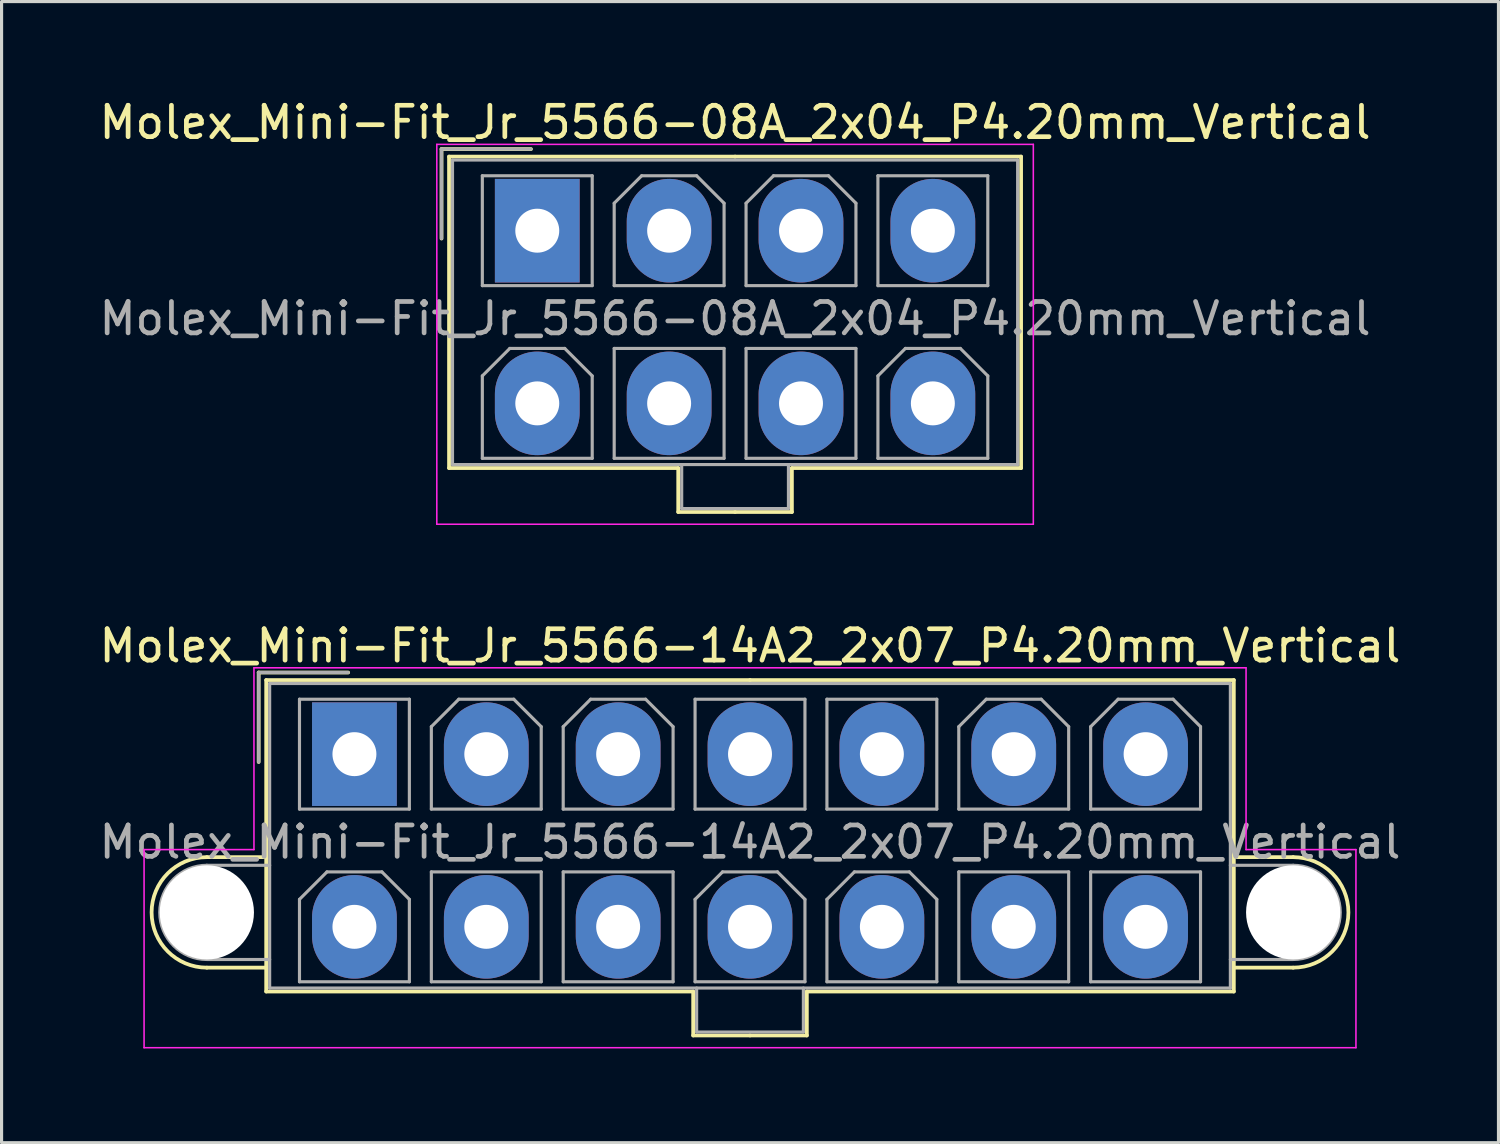
<source format=kicad_pcb>
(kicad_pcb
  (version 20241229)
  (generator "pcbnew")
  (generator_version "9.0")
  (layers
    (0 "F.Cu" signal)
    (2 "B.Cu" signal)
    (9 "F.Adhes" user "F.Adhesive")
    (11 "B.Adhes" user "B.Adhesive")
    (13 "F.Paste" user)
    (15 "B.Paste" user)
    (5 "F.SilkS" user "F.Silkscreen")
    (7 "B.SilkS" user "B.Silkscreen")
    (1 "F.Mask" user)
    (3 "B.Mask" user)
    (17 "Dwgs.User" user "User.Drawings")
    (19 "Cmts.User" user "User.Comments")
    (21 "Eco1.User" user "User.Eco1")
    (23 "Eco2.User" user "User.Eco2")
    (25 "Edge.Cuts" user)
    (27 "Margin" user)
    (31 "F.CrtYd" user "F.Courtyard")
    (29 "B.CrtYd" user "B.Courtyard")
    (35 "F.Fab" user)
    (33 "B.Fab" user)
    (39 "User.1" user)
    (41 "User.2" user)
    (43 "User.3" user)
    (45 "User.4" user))
  (footprint "Molex_Mini-Fit_Jr_5566-08A_2x04_P4.20mm_Vertical"
    (layer "F.Cu")
    (at 14.063 4.298)
    (property "Reference" "Molex_Mini-Fit_Jr_5566-08A_2x04_P4.20mm_Vertical" (at 6.3 -3.45 0) (layer "F.SilkS") (effects (font (size 1 1) (thickness 0.15))))
    (attr through_hole)
    (fp_line (start -3.05 -2.6) (end -3.05 0.25) (stroke (width 0.12) (type solid)) (layer "F.SilkS"))
    (fp_line (start -2.81 -2.36) (end -2.81 7.56) (stroke (width 0.12) (type solid)) (layer "F.SilkS"))
    (fp_line (start -2.81 7.56) (end 4.49 7.56) (stroke (width 0.12) (type solid)) (layer "F.SilkS"))
    (fp_line (start -0.2 -2.6) (end -3.05 -2.6) (stroke (width 0.12) (type solid)) (layer "F.SilkS"))
    (fp_line (start 4.49 7.56) (end 4.49 8.96) (stroke (width 0.12) (type solid)) (layer "F.SilkS"))
    (fp_line (start 4.49 8.96) (end 6.3 8.96) (stroke (width 0.12) (type solid)) (layer "F.SilkS"))
    (fp_line (start 6.3 -2.36) (end -2.81 -2.36) (stroke (width 0.12) (type solid)) (layer "F.SilkS"))
    (fp_line (start 6.3 -2.36) (end 15.41 -2.36) (stroke (width 0.12) (type solid)) (layer "F.SilkS"))
    (fp_line (start 8.11 7.56) (end 8.11 8.96) (stroke (width 0.12) (type solid)) (layer "F.SilkS"))
    (fp_line (start 8.11 8.96) (end 6.3 8.96) (stroke (width 0.12) (type solid)) (layer "F.SilkS"))
    (fp_line (start 15.41 -2.36) (end 15.41 7.56) (stroke (width 0.12) (type solid)) (layer "F.SilkS"))
    (fp_line (start 15.41 7.56) (end 8.11 7.56) (stroke (width 0.12) (type solid)) (layer "F.SilkS"))
    (fp_line (start -3.2 -2.75) (end -3.2 9.35) (stroke (width 0.05) (type solid)) (layer "F.CrtYd"))
    (fp_line (start -3.2 9.35) (end 15.8 9.35) (stroke (width 0.05) (type solid)) (layer "F.CrtYd"))
    (fp_line (start 15.8 -2.75) (end -3.2 -2.75) (stroke (width 0.05) (type solid)) (layer "F.CrtYd"))
    (fp_line (start 15.8 9.35) (end 15.8 -2.75) (stroke (width 0.05) (type solid)) (layer "F.CrtYd"))
    (fp_line (start -3.05 -2.6) (end -3.05 0.25) (stroke (width 0.1) (type solid)) (layer "F.Fab"))
    (fp_line (start -2.7 -2.25) (end -2.7 7.45) (stroke (width 0.1) (type solid)) (layer "F.Fab"))
    (fp_line (start -2.7 7.45) (end 15.3 7.45) (stroke (width 0.1) (type solid)) (layer "F.Fab"))
    (fp_line (start -1.75 -1.75) (end -1.75 1.75) (stroke (width 0.1) (type solid)) (layer "F.Fab"))
    (fp_line (start -1.75 1.75) (end 1.75 1.75) (stroke (width 0.1) (type solid)) (layer "F.Fab"))
    (fp_line (start -1.75 4.625) (end -0.875 3.75) (stroke (width 0.1) (type solid)) (layer "F.Fab"))
    (fp_line (start -1.75 7.25) (end -1.75 4.625) (stroke (width 0.1) (type solid)) (layer "F.Fab"))
    (fp_line (start -0.875 3.75) (end 0.875 3.75) (stroke (width 0.1) (type solid)) (layer "F.Fab"))
    (fp_line (start -0.2 -2.6) (end -3.05 -2.6) (stroke (width 0.1) (type solid)) (layer "F.Fab"))
    (fp_line (start 0.875 3.75) (end 1.75 4.625) (stroke (width 0.1) (type solid)) (layer "F.Fab"))
    (fp_line (start 1.75 -1.75) (end -1.75 -1.75) (stroke (width 0.1) (type solid)) (layer "F.Fab"))
    (fp_line (start 1.75 1.75) (end 1.75 -1.75) (stroke (width 0.1) (type solid)) (layer "F.Fab"))
    (fp_line (start 1.75 4.625) (end 1.75 7.25) (stroke (width 0.1) (type solid)) (layer "F.Fab"))
    (fp_line (start 1.75 7.25) (end -1.75 7.25) (stroke (width 0.1) (type solid)) (layer "F.Fab"))
    (fp_line (start 2.45 -0.875) (end 3.325 -1.75) (stroke (width 0.1) (type solid)) (layer "F.Fab"))
    (fp_line (start 2.45 1.75) (end 2.45 -0.875) (stroke (width 0.1) (type solid)) (layer "F.Fab"))
    (fp_line (start 2.45 3.75) (end 2.45 7.25) (stroke (width 0.1) (type solid)) (layer "F.Fab"))
    (fp_line (start 2.45 7.25) (end 5.95 7.25) (stroke (width 0.1) (type solid)) (layer "F.Fab"))
    (fp_line (start 3.325 -1.75) (end 5.075 -1.75) (stroke (width 0.1) (type solid)) (layer "F.Fab"))
    (fp_line (start 4.6 7.45) (end 4.6 8.85) (stroke (width 0.1) (type solid)) (layer "F.Fab"))
    (fp_line (start 4.6 8.85) (end 8 8.85) (stroke (width 0.1) (type solid)) (layer "F.Fab"))
    (fp_line (start 5.075 -1.75) (end 5.95 -0.875) (stroke (width 0.1) (type solid)) (layer "F.Fab"))
    (fp_line (start 5.95 -0.875) (end 5.95 1.75) (stroke (width 0.1) (type solid)) (layer "F.Fab"))
    (fp_line (start 5.95 1.75) (end 2.45 1.75) (stroke (width 0.1) (type solid)) (layer "F.Fab"))
    (fp_line (start 5.95 3.75) (end 2.45 3.75) (stroke (width 0.1) (type solid)) (layer "F.Fab"))
    (fp_line (start 5.95 7.25) (end 5.95 3.75) (stroke (width 0.1) (type solid)) (layer "F.Fab"))
    (fp_line (start 6.65 -0.875) (end 7.525 -1.75) (stroke (width 0.1) (type solid)) (layer "F.Fab"))
    (fp_line (start 6.65 1.75) (end 6.65 -0.875) (stroke (width 0.1) (type solid)) (layer "F.Fab"))
    (fp_line (start 6.65 3.75) (end 6.65 7.25) (stroke (width 0.1) (type solid)) (layer "F.Fab"))
    (fp_line (start 6.65 7.25) (end 10.15 7.25) (stroke (width 0.1) (type solid)) (layer "F.Fab"))
    (fp_line (start 7.525 -1.75) (end 9.275 -1.75) (stroke (width 0.1) (type solid)) (layer "F.Fab"))
    (fp_line (start 8 8.85) (end 8 7.45) (stroke (width 0.1) (type solid)) (layer "F.Fab"))
    (fp_line (start 9.275 -1.75) (end 10.15 -0.875) (stroke (width 0.1) (type solid)) (layer "F.Fab"))
    (fp_line (start 10.15 -0.875) (end 10.15 1.75) (stroke (width 0.1) (type solid)) (layer "F.Fab"))
    (fp_line (start 10.15 1.75) (end 6.65 1.75) (stroke (width 0.1) (type solid)) (layer "F.Fab"))
    (fp_line (start 10.15 3.75) (end 6.65 3.75) (stroke (width 0.1) (type solid)) (layer "F.Fab"))
    (fp_line (start 10.15 7.25) (end 10.15 3.75) (stroke (width 0.1) (type solid)) (layer "F.Fab"))
    (fp_line (start 10.85 -1.75) (end 10.85 1.75) (stroke (width 0.1) (type solid)) (layer "F.Fab"))
    (fp_line (start 10.85 1.75) (end 14.35 1.75) (stroke (width 0.1) (type solid)) (layer "F.Fab"))
    (fp_line (start 10.85 4.625) (end 11.725 3.75) (stroke (width 0.1) (type solid)) (layer "F.Fab"))
    (fp_line (start 10.85 7.25) (end 10.85 4.625) (stroke (width 0.1) (type solid)) (layer "F.Fab"))
    (fp_line (start 11.725 3.75) (end 13.475 3.75) (stroke (width 0.1) (type solid)) (layer "F.Fab"))
    (fp_line (start 13.475 3.75) (end 14.35 4.625) (stroke (width 0.1) (type solid)) (layer "F.Fab"))
    (fp_line (start 14.35 -1.75) (end 10.85 -1.75) (stroke (width 0.1) (type solid)) (layer "F.Fab"))
    (fp_line (start 14.35 1.75) (end 14.35 -1.75) (stroke (width 0.1) (type solid)) (layer "F.Fab"))
    (fp_line (start 14.35 4.625) (end 14.35 7.25) (stroke (width 0.1) (type solid)) (layer "F.Fab"))
    (fp_line (start 14.35 7.25) (end 10.85 7.25) (stroke (width 0.1) (type solid)) (layer "F.Fab"))
    (fp_line (start 15.3 -2.25) (end -2.7 -2.25) (stroke (width 0.1) (type solid)) (layer "F.Fab"))
    (fp_line (start 15.3 7.45) (end 15.3 -2.25) (stroke (width 0.1) (type solid)) (layer "F.Fab"))
    (fp_text user "${REFERENCE}" (at 6.3 2.8 0) (layer "F.Fab") (effects (font (size 1 1) (thickness 0.15))))
    (pad "1" thru_hole rect (at 0 0) (size 2.7 3.3) (drill 1.4) (layers "*.Cu" "*.Mask"))
    (pad "2" thru_hole oval (at 4.2 0) (size 2.7 3.3) (drill 1.4) (layers "*.Cu" "*.Mask"))
    (pad "3" thru_hole oval (at 8.4 0) (size 2.7 3.3) (drill 1.4) (layers "*.Cu" "*.Mask"))
    (pad "4" thru_hole oval (at 12.6 0) (size 2.7 3.3) (drill 1.4) (layers "*.Cu" "*.Mask"))
    (pad "5" thru_hole oval (at 0 5.5) (size 2.7 3.3) (drill 1.4) (layers "*.Cu" "*.Mask"))
    (pad "6" thru_hole oval (at 4.2 5.5) (size 2.7 3.3) (drill 1.4) (layers "*.Cu" "*.Mask"))
    (pad "7" thru_hole oval (at 8.4 5.5) (size 2.7 3.3) (drill 1.4) (layers "*.Cu" "*.Mask"))
    (pad "8" thru_hole oval (at 12.6 5.5) (size 2.7 3.3) (drill 1.4) (layers "*.Cu" "*.Mask")))
  (footprint "Molex_Mini-Fit_Jr_5566-14A2_2x07_P4.20mm_Vertical"
    (layer "F.Cu")
    (at 8.239 20.971)
    (property "Reference" "Molex_Mini-Fit_Jr_5566-14A2_2x07_P4.20mm_Vertical" (at 12.6 -3.45 0) (layer "F.SilkS") (effects (font (size 1 1) (thickness 0.15))))
    (attr through_hole)
    (fp_line (start -4.7 3.28) (end -2.81 3.28) (stroke (width 0.12) (type solid)) (layer "F.SilkS"))
    (fp_line (start -4.7 6.8) (end -2.81 6.8) (stroke (width 0.12) (type solid)) (layer "F.SilkS"))
    (fp_line (start -3.05 -2.6) (end -3.05 0.25) (stroke (width 0.12) (type solid)) (layer "F.SilkS"))
    (fp_line (start -2.81 -2.36) (end -2.81 7.56) (stroke (width 0.12) (type solid)) (layer "F.SilkS"))
    (fp_line (start -2.81 7.56) (end 10.79 7.56) (stroke (width 0.12) (type solid)) (layer "F.SilkS"))
    (fp_line (start -0.2 -2.6) (end -3.05 -2.6) (stroke (width 0.12) (type solid)) (layer "F.SilkS"))
    (fp_line (start 10.79 7.56) (end 10.79 8.96) (stroke (width 0.12) (type solid)) (layer "F.SilkS"))
    (fp_line (start 10.79 8.96) (end 12.6 8.96) (stroke (width 0.12) (type solid)) (layer "F.SilkS"))
    (fp_line (start 12.6 -2.36) (end -2.81 -2.36) (stroke (width 0.12) (type solid)) (layer "F.SilkS"))
    (fp_line (start 12.6 -2.36) (end 28.01 -2.36) (stroke (width 0.12) (type solid)) (layer "F.SilkS"))
    (fp_line (start 14.41 7.56) (end 14.41 8.96) (stroke (width 0.12) (type solid)) (layer "F.SilkS"))
    (fp_line (start 14.41 8.96) (end 12.6 8.96) (stroke (width 0.12) (type solid)) (layer "F.SilkS"))
    (fp_line (start 28.01 -2.36) (end 28.01 7.56) (stroke (width 0.12) (type solid)) (layer "F.SilkS"))
    (fp_line (start 28.01 7.56) (end 14.41 7.56) (stroke (width 0.12) (type solid)) (layer "F.SilkS"))
    (fp_line (start 29.9 3.28) (end 28.01 3.28) (stroke (width 0.12) (type solid)) (layer "F.SilkS"))
    (fp_line (start 29.9 6.8) (end 28.01 6.8) (stroke (width 0.12) (type solid)) (layer "F.SilkS"))
    (fp_arc (start -4.7 6.8) (mid -6.46 5.04) (end -4.7 3.28) (stroke (width 0.12) (type solid)) (layer "F.SilkS"))
    (fp_arc (start 29.9 3.28) (mid 31.66 5.04) (end 29.9 6.8) (stroke (width 0.12) (type solid)) (layer "F.SilkS"))
    (fp_line (start -6.7 3.04) (end -6.7 9.35) (stroke (width 0.05) (type solid)) (layer "F.CrtYd"))
    (fp_line (start -6.7 9.35) (end 31.9 9.35) (stroke (width 0.05) (type solid)) (layer "F.CrtYd"))
    (fp_line (start -3.2 -2.75) (end -3.2 3.04) (stroke (width 0.05) (type solid)) (layer "F.CrtYd"))
    (fp_line (start -3.2 3.04) (end -6.7 3.04) (stroke (width 0.05) (type solid)) (layer "F.CrtYd"))
    (fp_line (start 28.4 -2.75) (end -3.2 -2.75) (stroke (width 0.05) (type solid)) (layer "F.CrtYd"))
    (fp_line (start 28.4 3.04) (end 28.4 -2.75) (stroke (width 0.05) (type solid)) (layer "F.CrtYd"))
    (fp_line (start 31.9 3.04) (end 28.4 3.04) (stroke (width 0.05) (type solid)) (layer "F.CrtYd"))
    (fp_line (start 31.9 9.35) (end 31.9 3.04) (stroke (width 0.05) (type solid)) (layer "F.CrtYd"))
    (fp_line (start -4.7 3.54) (end -2.7 3.54) (stroke (width 0.1) (type solid)) (layer "F.Fab"))
    (fp_line (start -4.7 6.54) (end -2.7 6.54) (stroke (width 0.1) (type solid)) (layer "F.Fab"))
    (fp_line (start -3.05 -2.6) (end -3.05 0.25) (stroke (width 0.1) (type solid)) (layer "F.Fab"))
    (fp_line (start -2.7 -2.25) (end -2.7 7.45) (stroke (width 0.1) (type solid)) (layer "F.Fab"))
    (fp_line (start -2.7 7.45) (end 27.9 7.45) (stroke (width 0.1) (type solid)) (layer "F.Fab"))
    (fp_line (start -1.75 -1.75) (end -1.75 1.75) (stroke (width 0.1) (type solid)) (layer "F.Fab"))
    (fp_line (start -1.75 1.75) (end 1.75 1.75) (stroke (width 0.1) (type solid)) (layer "F.Fab"))
    (fp_line (start -1.75 4.625) (end -0.875 3.75) (stroke (width 0.1) (type solid)) (layer "F.Fab"))
    (fp_line (start -1.75 7.25) (end -1.75 4.625) (stroke (width 0.1) (type solid)) (layer "F.Fab"))
    (fp_line (start -0.875 3.75) (end 0.875 3.75) (stroke (width 0.1) (type solid)) (layer "F.Fab"))
    (fp_line (start -0.2 -2.6) (end -3.05 -2.6) (stroke (width 0.1) (type solid)) (layer "F.Fab"))
    (fp_line (start 0.875 3.75) (end 1.75 4.625) (stroke (width 0.1) (type solid)) (layer "F.Fab"))
    (fp_line (start 1.75 -1.75) (end -1.75 -1.75) (stroke (width 0.1) (type solid)) (layer "F.Fab"))
    (fp_line (start 1.75 1.75) (end 1.75 -1.75) (stroke (width 0.1) (type solid)) (layer "F.Fab"))
    (fp_line (start 1.75 4.625) (end 1.75 7.25) (stroke (width 0.1) (type solid)) (layer "F.Fab"))
    (fp_line (start 1.75 7.25) (end -1.75 7.25) (stroke (width 0.1) (type solid)) (layer "F.Fab"))
    (fp_line (start 2.45 -0.875) (end 3.325 -1.75) (stroke (width 0.1) (type solid)) (layer "F.Fab"))
    (fp_line (start 2.45 1.75) (end 2.45 -0.875) (stroke (width 0.1) (type solid)) (layer "F.Fab"))
    (fp_line (start 2.45 3.75) (end 2.45 7.25) (stroke (width 0.1) (type solid)) (layer "F.Fab"))
    (fp_line (start 2.45 7.25) (end 5.95 7.25) (stroke (width 0.1) (type solid)) (layer "F.Fab"))
    (fp_line (start 3.325 -1.75) (end 5.075 -1.75) (stroke (width 0.1) (type solid)) (layer "F.Fab"))
    (fp_line (start 5.075 -1.75) (end 5.95 -0.875) (stroke (width 0.1) (type solid)) (layer "F.Fab"))
    (fp_line (start 5.95 -0.875) (end 5.95 1.75) (stroke (width 0.1) (type solid)) (layer "F.Fab"))
    (fp_line (start 5.95 1.75) (end 2.45 1.75) (stroke (width 0.1) (type solid)) (layer "F.Fab"))
    (fp_line (start 5.95 3.75) (end 2.45 3.75) (stroke (width 0.1) (type solid)) (layer "F.Fab"))
    (fp_line (start 5.95 7.25) (end 5.95 3.75) (stroke (width 0.1) (type solid)) (layer "F.Fab"))
    (fp_line (start 6.65 -0.875) (end 7.525 -1.75) (stroke (width 0.1) (type solid)) (layer "F.Fab"))
    (fp_line (start 6.65 1.75) (end 6.65 -0.875) (stroke (width 0.1) (type solid)) (layer "F.Fab"))
    (fp_line (start 6.65 3.75) (end 6.65 7.25) (stroke (width 0.1) (type solid)) (layer "F.Fab"))
    (fp_line (start 6.65 7.25) (end 10.15 7.25) (stroke (width 0.1) (type solid)) (layer "F.Fab"))
    (fp_line (start 7.525 -1.75) (end 9.275 -1.75) (stroke (width 0.1) (type solid)) (layer "F.Fab"))
    (fp_line (start 9.275 -1.75) (end 10.15 -0.875) (stroke (width 0.1) (type solid)) (layer "F.Fab"))
    (fp_line (start 10.15 -0.875) (end 10.15 1.75) (stroke (width 0.1) (type solid)) (layer "F.Fab"))
    (fp_line (start 10.15 1.75) (end 6.65 1.75) (stroke (width 0.1) (type solid)) (layer "F.Fab"))
    (fp_line (start 10.15 3.75) (end 6.65 3.75) (stroke (width 0.1) (type solid)) (layer "F.Fab"))
    (fp_line (start 10.15 7.25) (end 10.15 3.75) (stroke (width 0.1) (type solid)) (layer "F.Fab"))
    (fp_line (start 10.85 -1.75) (end 10.85 1.75) (stroke (width 0.1) (type solid)) (layer "F.Fab"))
    (fp_line (start 10.85 1.75) (end 14.35 1.75) (stroke (width 0.1) (type solid)) (layer "F.Fab"))
    (fp_line (start 10.85 4.625) (end 11.725 3.75) (stroke (width 0.1) (type solid)) (layer "F.Fab"))
    (fp_line (start 10.85 7.25) (end 10.85 4.625) (stroke (width 0.1) (type solid)) (layer "F.Fab"))
    (fp_line (start 10.9 7.45) (end 10.9 8.85) (stroke (width 0.1) (type solid)) (layer "F.Fab"))
    (fp_line (start 10.9 8.85) (end 14.3 8.85) (stroke (width 0.1) (type solid)) (layer "F.Fab"))
    (fp_line (start 11.725 3.75) (end 13.475 3.75) (stroke (width 0.1) (type solid)) (layer "F.Fab"))
    (fp_line (start 13.475 3.75) (end 14.35 4.625) (stroke (width 0.1) (type solid)) (layer "F.Fab"))
    (fp_line (start 14.3 8.85) (end 14.3 7.45) (stroke (width 0.1) (type solid)) (layer "F.Fab"))
    (fp_line (start 14.35 -1.75) (end 10.85 -1.75) (stroke (width 0.1) (type solid)) (layer "F.Fab"))
    (fp_line (start 14.35 1.75) (end 14.35 -1.75) (stroke (width 0.1) (type solid)) (layer "F.Fab"))
    (fp_line (start 14.35 4.625) (end 14.35 7.25) (stroke (width 0.1) (type solid)) (layer "F.Fab"))
    (fp_line (start 14.35 7.25) (end 10.85 7.25) (stroke (width 0.1) (type solid)) (layer "F.Fab"))
    (fp_line (start 15.05 -1.75) (end 15.05 1.75) (stroke (width 0.1) (type solid)) (layer "F.Fab"))
    (fp_line (start 15.05 1.75) (end 18.55 1.75) (stroke (width 0.1) (type solid)) (layer "F.Fab"))
    (fp_line (start 15.05 4.625) (end 15.925 3.75) (stroke (width 0.1) (type solid)) (layer "F.Fab"))
    (fp_line (start 15.05 7.25) (end 15.05 4.625) (stroke (width 0.1) (type solid)) (layer "F.Fab"))
    (fp_line (start 15.925 3.75) (end 17.675 3.75) (stroke (width 0.1) (type solid)) (layer "F.Fab"))
    (fp_line (start 17.675 3.75) (end 18.55 4.625) (stroke (width 0.1) (type solid)) (layer "F.Fab"))
    (fp_line (start 18.55 -1.75) (end 15.05 -1.75) (stroke (width 0.1) (type solid)) (layer "F.Fab"))
    (fp_line (start 18.55 1.75) (end 18.55 -1.75) (stroke (width 0.1) (type solid)) (layer "F.Fab"))
    (fp_line (start 18.55 4.625) (end 18.55 7.25) (stroke (width 0.1) (type solid)) (layer "F.Fab"))
    (fp_line (start 18.55 7.25) (end 15.05 7.25) (stroke (width 0.1) (type solid)) (layer "F.Fab"))
    (fp_line (start 19.25 -0.875) (end 20.125 -1.75) (stroke (width 0.1) (type solid)) (layer "F.Fab"))
    (fp_line (start 19.25 1.75) (end 19.25 -0.875) (stroke (width 0.1) (type solid)) (layer "F.Fab"))
    (fp_line (start 19.25 3.75) (end 19.25 7.25) (stroke (width 0.1) (type solid)) (layer "F.Fab"))
    (fp_line (start 19.25 7.25) (end 22.75 7.25) (stroke (width 0.1) (type solid)) (layer "F.Fab"))
    (fp_line (start 20.125 -1.75) (end 21.875 -1.75) (stroke (width 0.1) (type solid)) (layer "F.Fab"))
    (fp_line (start 21.875 -1.75) (end 22.75 -0.875) (stroke (width 0.1) (type solid)) (layer "F.Fab"))
    (fp_line (start 22.75 -0.875) (end 22.75 1.75) (stroke (width 0.1) (type solid)) (layer "F.Fab"))
    (fp_line (start 22.75 1.75) (end 19.25 1.75) (stroke (width 0.1) (type solid)) (layer "F.Fab"))
    (fp_line (start 22.75 3.75) (end 19.25 3.75) (stroke (width 0.1) (type solid)) (layer "F.Fab"))
    (fp_line (start 22.75 7.25) (end 22.75 3.75) (stroke (width 0.1) (type solid)) (layer "F.Fab"))
    (fp_line (start 23.45 -0.875) (end 24.325 -1.75) (stroke (width 0.1) (type solid)) (layer "F.Fab"))
    (fp_line (start 23.45 1.75) (end 23.45 -0.875) (stroke (width 0.1) (type solid)) (layer "F.Fab"))
    (fp_line (start 23.45 3.75) (end 23.45 7.25) (stroke (width 0.1) (type solid)) (layer "F.Fab"))
    (fp_line (start 23.45 7.25) (end 26.95 7.25) (stroke (width 0.1) (type solid)) (layer "F.Fab"))
    (fp_line (start 24.325 -1.75) (end 26.075 -1.75) (stroke (width 0.1) (type solid)) (layer "F.Fab"))
    (fp_line (start 26.075 -1.75) (end 26.95 -0.875) (stroke (width 0.1) (type solid)) (layer "F.Fab"))
    (fp_line (start 26.95 -0.875) (end 26.95 1.75) (stroke (width 0.1) (type solid)) (layer "F.Fab"))
    (fp_line (start 26.95 1.75) (end 23.45 1.75) (stroke (width 0.1) (type solid)) (layer "F.Fab"))
    (fp_line (start 26.95 3.75) (end 23.45 3.75) (stroke (width 0.1) (type solid)) (layer "F.Fab"))
    (fp_line (start 26.95 7.25) (end 26.95 3.75) (stroke (width 0.1) (type solid)) (layer "F.Fab"))
    (fp_line (start 27.9 -2.25) (end -2.7 -2.25) (stroke (width 0.1) (type solid)) (layer "F.Fab"))
    (fp_line (start 27.9 7.45) (end 27.9 -2.25) (stroke (width 0.1) (type solid)) (layer "F.Fab"))
    (fp_line (start 29.9 3.54) (end 27.9 3.54) (stroke (width 0.1) (type solid)) (layer "F.Fab"))
    (fp_line (start 29.9 6.54) (end 27.9 6.54) (stroke (width 0.1) (type solid)) (layer "F.Fab"))
    (fp_arc (start -4.7 6.54) (mid -6.2 5.04) (end -4.7 3.54) (stroke (width 0.1) (type solid)) (layer "F.Fab"))
    (fp_arc (start 29.9 3.54) (mid 31.4 5.04) (end 29.9 6.54) (stroke (width 0.1) (type solid)) (layer "F.Fab"))
    (fp_text user "${REFERENCE}" (at 12.6 2.8 0) (layer "F.Fab") (effects (font (size 1 1) (thickness 0.15))))
    (pad "" np_thru_hole circle (at -4.7 5.04) (size 3 3) (drill 3) (layers "*.Cu" "*.Mask"))
    (pad "" np_thru_hole circle (at 29.9 5.04) (size 3 3) (drill 3) (layers "*.Cu" "*.Mask"))
    (pad "1" thru_hole rect (at 0 0) (size 2.7 3.3) (drill 1.4) (layers "*.Cu" "*.Mask"))
    (pad "2" thru_hole oval (at 4.2 0) (size 2.7 3.3) (drill 1.4) (layers "*.Cu" "*.Mask"))
    (pad "3" thru_hole oval (at 8.4 0) (size 2.7 3.3) (drill 1.4) (layers "*.Cu" "*.Mask"))
    (pad "4" thru_hole oval (at 12.6 0) (size 2.7 3.3) (drill 1.4) (layers "*.Cu" "*.Mask"))
    (pad "5" thru_hole oval (at 16.8 0) (size 2.7 3.3) (drill 1.4) (layers "*.Cu" "*.Mask"))
    (pad "6" thru_hole oval (at 21 0) (size 2.7 3.3) (drill 1.4) (layers "*.Cu" "*.Mask"))
    (pad "7" thru_hole oval (at 25.2 0) (size 2.7 3.3) (drill 1.4) (layers "*.Cu" "*.Mask"))
    (pad "8" thru_hole oval (at 0 5.5) (size 2.7 3.3) (drill 1.4) (layers "*.Cu" "*.Mask"))
    (pad "9" thru_hole oval (at 4.2 5.5) (size 2.7 3.3) (drill 1.4) (layers "*.Cu" "*.Mask"))
    (pad "10" thru_hole oval (at 8.4 5.5) (size 2.7 3.3) (drill 1.4) (layers "*.Cu" "*.Mask"))
    (pad "11" thru_hole oval (at 12.6 5.5) (size 2.7 3.3) (drill 1.4) (layers "*.Cu" "*.Mask"))
    (pad "12" thru_hole oval (at 16.8 5.5) (size 2.7 3.3) (drill 1.4) (layers "*.Cu" "*.Mask"))
    (pad "13" thru_hole oval (at 21 5.5) (size 2.7 3.3) (drill 1.4) (layers "*.Cu" "*.Mask"))
    (pad "14" thru_hole oval (at 25.2 5.5) (size 2.7 3.3) (drill 1.4) (layers "*.Cu" "*.Mask")))
  (gr_rect
    (start -3 -3)
    (end 44.679 33.346)
    (stroke (width 0.1) (type default))
    (fill no)
    (layer "Edge.Cuts")))
</source>
